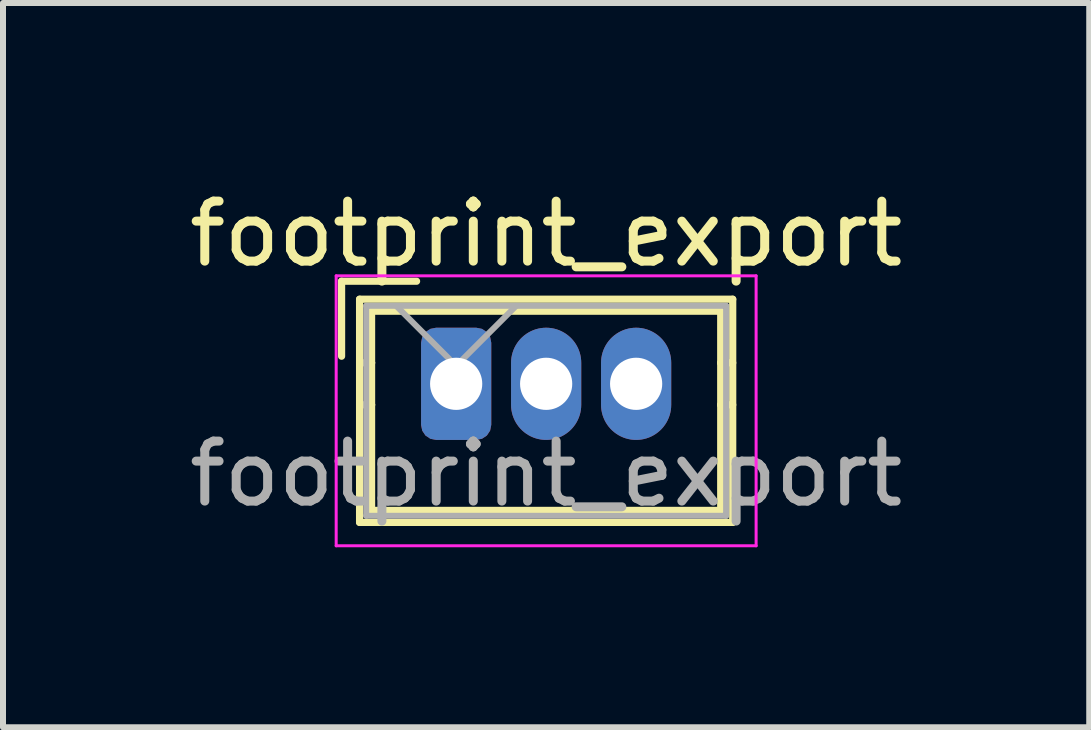
<source format=kicad_pcb>
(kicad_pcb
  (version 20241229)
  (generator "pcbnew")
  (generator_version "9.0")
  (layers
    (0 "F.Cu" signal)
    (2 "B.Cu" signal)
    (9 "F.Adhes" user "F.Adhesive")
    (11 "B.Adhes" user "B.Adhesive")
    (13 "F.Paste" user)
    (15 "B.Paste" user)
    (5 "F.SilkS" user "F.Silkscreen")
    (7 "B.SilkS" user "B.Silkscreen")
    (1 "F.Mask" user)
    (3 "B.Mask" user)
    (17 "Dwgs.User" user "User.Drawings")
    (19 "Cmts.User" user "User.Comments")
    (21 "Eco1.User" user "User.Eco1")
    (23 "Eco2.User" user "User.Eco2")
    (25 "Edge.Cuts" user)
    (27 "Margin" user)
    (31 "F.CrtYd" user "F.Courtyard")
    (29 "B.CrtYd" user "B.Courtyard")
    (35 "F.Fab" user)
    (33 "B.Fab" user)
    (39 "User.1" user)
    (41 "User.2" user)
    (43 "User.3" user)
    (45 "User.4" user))
  (footprint "footprint_export"
    (layer "F.Cu")
    (at 4.554 3.348)
    (property "Reference" "footprint_export" (at 1.5 -2.5 0) (layer "F.SilkS") (effects (font (size 1 1) (thickness 0.15))))
    (attr through_hole)
    (fp_line (start -1.91 -1.71) (end -1.91 -0.46) (stroke (width 0.12) (type solid)) (layer "F.SilkS"))
    (fp_line (start -1.61 -1.41) (end -1.61 2.31) (stroke (width 0.12) (type solid)) (layer "F.SilkS"))
    (fp_line (start -1.61 -0.35) (end -1.41 -0.35) (stroke (width 0.12) (type solid)) (layer "F.SilkS"))
    (fp_line (start -1.61 2.31) (end 4.61 2.31) (stroke (width 0.12) (type solid)) (layer "F.SilkS"))
    (fp_line (start -1.41 -1.21) (end 4.41 -1.21) (stroke (width 0.12) (type solid)) (layer "F.SilkS"))
    (fp_line (start -1.41 -0.35) (end -1.41 -1.21) (stroke (width 0.12) (type solid)) (layer "F.SilkS"))
    (fp_line (start -1.41 -0.35) (end -1.41 0.35) (stroke (width 0.12) (type solid)) (layer "F.SilkS"))
    (fp_line (start -1.41 0.35) (end -1.61 0.35) (stroke (width 0.12) (type solid)) (layer "F.SilkS"))
    (fp_line (start -1.41 0.35) (end -1.41 2.11) (stroke (width 0.12) (type solid)) (layer "F.SilkS"))
    (fp_line (start -1.41 2.11) (end 4.41 2.11) (stroke (width 0.12) (type solid)) (layer "F.SilkS"))
    (fp_line (start -0.66 -1.71) (end -1.91 -1.71) (stroke (width 0.12) (type solid)) (layer "F.SilkS"))
    (fp_line (start 4.41 -1.21) (end 4.41 -0.35) (stroke (width 0.12) (type solid)) (layer "F.SilkS"))
    (fp_line (start 4.41 -0.35) (end 4.41 0.35) (stroke (width 0.12) (type solid)) (layer "F.SilkS"))
    (fp_line (start 4.41 -0.35) (end 4.61 -0.35) (stroke (width 0.12) (type solid)) (layer "F.SilkS"))
    (fp_line (start 4.41 0.35) (end 4.61 0.35) (stroke (width 0.12) (type solid)) (layer "F.SilkS"))
    (fp_line (start 4.41 2.11) (end 4.41 0.35) (stroke (width 0.12) (type solid)) (layer "F.SilkS"))
    (fp_line (start 4.61 -1.41) (end -1.61 -1.41) (stroke (width 0.12) (type solid)) (layer "F.SilkS"))
    (fp_line (start 4.61 2.31) (end 4.61 -1.41) (stroke (width 0.12) (type solid)) (layer "F.SilkS"))
    (fp_line (start -2 -1.8) (end -2 2.7) (stroke (width 0.05) (type solid)) (layer "F.CrtYd"))
    (fp_line (start -2 2.7) (end 5 2.7) (stroke (width 0.05) (type solid)) (layer "F.CrtYd"))
    (fp_line (start 5 -1.8) (end -2 -1.8) (stroke (width 0.05) (type solid)) (layer "F.CrtYd"))
    (fp_line (start 5 2.7) (end 5 -1.8) (stroke (width 0.05) (type solid)) (layer "F.CrtYd"))
    (fp_line (start -1.5 -1.3) (end -1.5 2.2) (stroke (width 0.1) (type solid)) (layer "F.Fab"))
    (fp_line (start -1.5 2.2) (end 4.5 2.2) (stroke (width 0.1) (type solid)) (layer "F.Fab"))
    (fp_line (start -1 -1.3) (end 0 -0.3) (stroke (width 0.1) (type solid)) (layer "F.Fab"))
    (fp_line (start 0 -0.3) (end 1 -1.3) (stroke (width 0.1) (type solid)) (layer "F.Fab"))
    (fp_line (start 4.5 -1.3) (end -1.5 -1.3) (stroke (width 0.1) (type solid)) (layer "F.Fab"))
    (fp_line (start 4.5 2.2) (end 4.5 -1.3) (stroke (width 0.1) (type solid)) (layer "F.Fab"))
    (fp_text user "${REFERENCE}" (at 1.5 1.5 0) (layer "F.Fab") (effects (font (size 1 1) (thickness 0.15))))
    (pad "1" thru_hole roundrect (at 0 0) (size 1.17 1.87) (drill 0.87) (layers "*.Cu" "*.Mask") (roundrect_rratio 0.214))
    (pad "2" thru_hole oval (at 1.5 0) (size 1.17 1.87) (drill 0.87) (layers "*.Cu" "*.Mask"))
    (pad "3" thru_hole oval (at 3 0) (size 1.17 1.87) (drill 0.87) (layers "*.Cu" "*.Mask")))
  (gr_rect
    (start -3 -3)
    (end 15.107 9.073)
    (stroke (width 0.1) (type default))
    (fill no)
    (layer "Edge.Cuts")))
</source>
